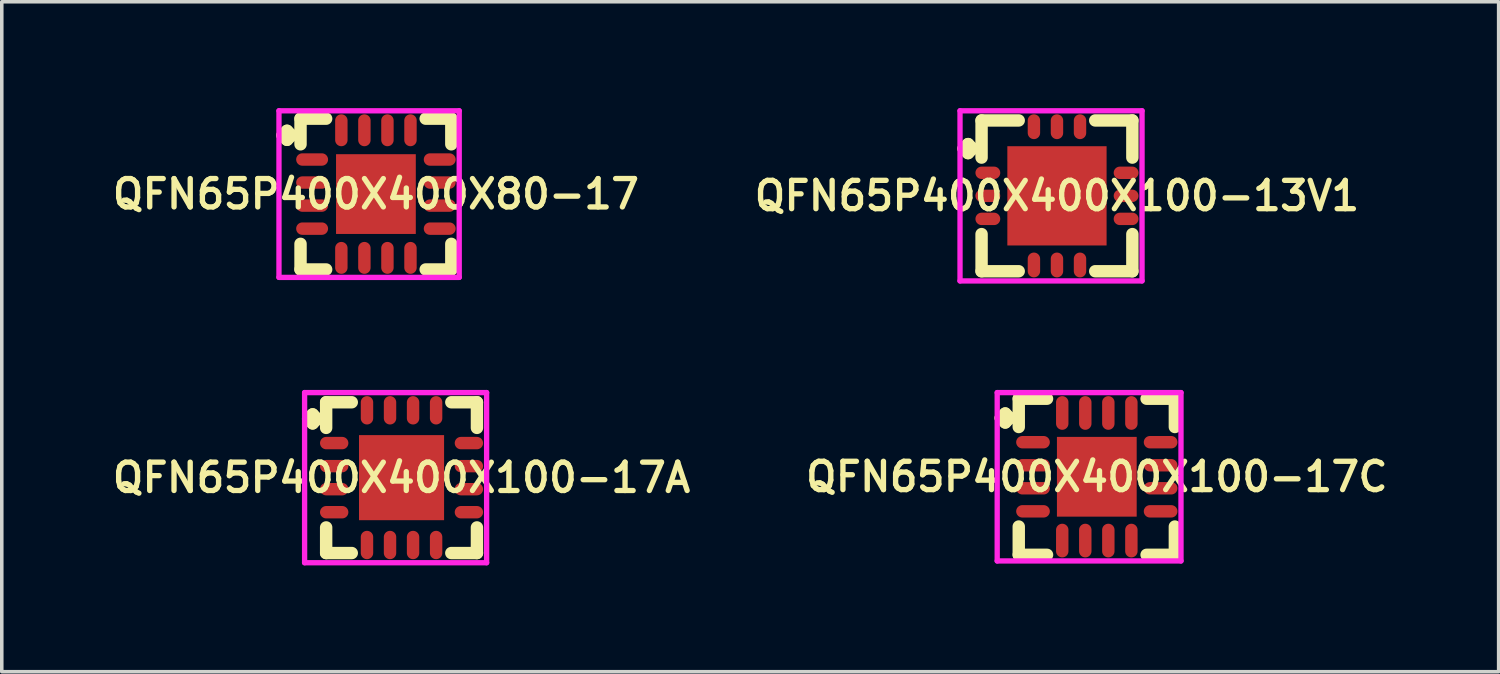
<source format=kicad_pcb>
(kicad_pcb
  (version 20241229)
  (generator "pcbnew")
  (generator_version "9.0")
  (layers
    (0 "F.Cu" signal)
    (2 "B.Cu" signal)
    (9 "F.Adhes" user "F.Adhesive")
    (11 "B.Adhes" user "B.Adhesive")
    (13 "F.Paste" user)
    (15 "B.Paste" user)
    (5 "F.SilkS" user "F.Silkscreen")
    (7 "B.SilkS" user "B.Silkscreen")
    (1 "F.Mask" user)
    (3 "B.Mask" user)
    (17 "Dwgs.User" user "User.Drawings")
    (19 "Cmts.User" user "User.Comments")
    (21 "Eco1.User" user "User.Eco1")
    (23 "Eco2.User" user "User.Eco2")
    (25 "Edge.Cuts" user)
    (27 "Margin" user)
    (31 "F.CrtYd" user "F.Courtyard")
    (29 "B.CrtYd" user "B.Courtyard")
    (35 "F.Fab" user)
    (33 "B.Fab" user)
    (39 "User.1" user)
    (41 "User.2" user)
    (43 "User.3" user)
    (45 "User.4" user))
  (footprint "QFN65P400X400X100-13V1"
    (layer "F.Cu")
    (at 26.768 2.475)
    (property "Reference" "QFN65P400X400X100-13V1" (at 0 0 0) (layer "F.SilkS") (effects (font (size 0.8 0.8) (thickness 0.15))))
    (attr smd)
    (fp_line (start -2.635 -1.333) (end -2.508 -1.46) (stroke (width 0.35) (type solid)) (layer "F.SilkS"))
    (fp_line (start -2.508 -1.46) (end -2.381 -1.333) (stroke (width 0.35) (type solid)) (layer "F.SilkS"))
    (fp_line (start -2.508 -1.206) (end -2.635 -1.333) (stroke (width 0.35) (type solid)) (layer "F.SilkS"))
    (fp_line (start -2.381 -1.333) (end -2.508 -1.206) (stroke (width 0.35) (type solid)) (layer "F.SilkS"))
    (fp_line (start -2.127 -2.127) (end -1.079 -2.127) (stroke (width 0.35) (type solid)) (layer "F.SilkS"))
    (fp_line (start -2.127 -1.079) (end -2.127 -2.127) (stroke (width 0.35) (type solid)) (layer "F.SilkS"))
    (fp_line (start -2.127 1.079) (end -2.127 2.127) (stroke (width 0.35) (type solid)) (layer "F.SilkS"))
    (fp_line (start -2.127 2.127) (end -1.079 2.127) (stroke (width 0.35) (type solid)) (layer "F.SilkS"))
    (fp_line (start 1.079 -2.127) (end 2.127 -2.127) (stroke (width 0.35) (type solid)) (layer "F.SilkS"))
    (fp_line (start 1.079 2.127) (end 2.127 2.127) (stroke (width 0.35) (type solid)) (layer "F.SilkS"))
    (fp_line (start 2.127 -2.127) (end 2.127 -1.079) (stroke (width 0.35) (type solid)) (layer "F.SilkS"))
    (fp_line (start 2.127 2.127) (end 2.127 1.079) (stroke (width 0.35) (type solid)) (layer "F.SilkS"))
    (fp_line (start -2.735 -2.4) (end 2.4 -2.4) (stroke (width 0.15) (type solid)) (layer "F.CrtYd"))
    (fp_line (start -2.735 2.4) (end -2.735 -2.4) (stroke (width 0.15) (type solid)) (layer "F.CrtYd"))
    (fp_line (start 2.4 -2.4) (end 2.4 2.4) (stroke (width 0.15) (type solid)) (layer "F.CrtYd"))
    (fp_line (start 2.4 2.4) (end -2.735 2.4) (stroke (width 0.15) (type solid)) (layer "F.CrtYd"))
    (pad "1" smd oval (at -1.95 -0.65) (size 0.7 0.35) (layers "F.Cu" "F.Mask" "F.Paste"))
    (pad "2" smd oval (at -1.95 0) (size 0.7 0.35) (layers "F.Cu" "F.Mask" "F.Paste"))
    (pad "3" smd oval (at -1.95 0.65) (size 0.7 0.35) (layers "F.Cu" "F.Mask" "F.Paste"))
    (pad "4" smd oval (at -0.65 1.95) (size 0.35 0.7) (layers "F.Cu" "F.Mask" "F.Paste"))
    (pad "5" smd oval (at 0 1.95) (size 0.35 0.7) (layers "F.Cu" "F.Mask" "F.Paste"))
    (pad "6" smd oval (at 0.65 1.95) (size 0.35 0.7) (layers "F.Cu" "F.Mask" "F.Paste"))
    (pad "7" smd oval (at 1.95 0.65) (size 0.7 0.35) (layers "F.Cu" "F.Mask" "F.Paste"))
    (pad "8" smd oval (at 1.95 0) (size 0.7 0.35) (layers "F.Cu" "F.Mask" "F.Paste"))
    (pad "9" smd oval (at 1.95 -0.65) (size 0.7 0.35) (layers "F.Cu" "F.Mask" "F.Paste"))
    (pad "10" smd oval (at 0.65 -1.95) (size 0.35 0.7) (layers "F.Cu" "F.Mask" "F.Paste"))
    (pad "11" smd oval (at 0 -1.95) (size 0.35 0.7) (layers "F.Cu" "F.Mask" "F.Paste"))
    (pad "12" smd oval (at -0.65 -1.95) (size 0.35 0.7) (layers "F.Cu" "F.Mask" "F.Paste"))
    (pad "13" smd rect (at 0 0) (size 2.8 2.8) (layers "F.Cu" "F.Mask" "F.Paste")))
  (footprint "QFN65P400X400X80-17"
    (layer "F.Cu")
    (at 7.555 2.425)
    (property "Reference" "QFN65P400X400X80-17" (at 0 0 0) (layer "F.SilkS") (effects (font (size 0.8 0.8) (thickness 0.15))))
    (attr smd)
    (fp_line (start -2.635 -1.658) (end -2.508 -1.785) (stroke (width 0.35) (type solid)) (layer "F.SilkS"))
    (fp_line (start -2.508 -1.785) (end -2.381 -1.658) (stroke (width 0.35) (type solid)) (layer "F.SilkS"))
    (fp_line (start -2.508 -1.531) (end -2.635 -1.658) (stroke (width 0.35) (type solid)) (layer "F.SilkS"))
    (fp_line (start -2.381 -1.658) (end -2.508 -1.531) (stroke (width 0.35) (type solid)) (layer "F.SilkS"))
    (fp_line (start -2.127 -2.127) (end -1.404 -2.127) (stroke (width 0.35) (type solid)) (layer "F.SilkS"))
    (fp_line (start -2.127 -1.404) (end -2.127 -2.127) (stroke (width 0.35) (type solid)) (layer "F.SilkS"))
    (fp_line (start -2.127 1.404) (end -2.127 2.127) (stroke (width 0.35) (type solid)) (layer "F.SilkS"))
    (fp_line (start -2.127 2.127) (end -1.404 2.127) (stroke (width 0.35) (type solid)) (layer "F.SilkS"))
    (fp_line (start 1.404 -2.127) (end 2.127 -2.127) (stroke (width 0.35) (type solid)) (layer "F.SilkS"))
    (fp_line (start 1.404 2.127) (end 2.127 2.127) (stroke (width 0.35) (type solid)) (layer "F.SilkS"))
    (fp_line (start 2.127 -2.127) (end 2.127 -1.404) (stroke (width 0.35) (type solid)) (layer "F.SilkS"))
    (fp_line (start 2.127 2.127) (end 2.127 1.404) (stroke (width 0.35) (type solid)) (layer "F.SilkS"))
    (fp_line (start -2.735 -2.35) (end 2.35 -2.35) (stroke (width 0.15) (type solid)) (layer "F.CrtYd"))
    (fp_line (start -2.735 2.35) (end -2.735 -2.35) (stroke (width 0.15) (type solid)) (layer "F.CrtYd"))
    (fp_line (start 2.35 -2.35) (end 2.35 2.35) (stroke (width 0.15) (type solid)) (layer "F.CrtYd"))
    (fp_line (start 2.35 2.35) (end -2.735 2.35) (stroke (width 0.15) (type solid)) (layer "F.CrtYd"))
    (pad "1" smd oval (at -1.8 -0.975) (size 0.9 0.35) (layers "F.Cu" "F.Mask" "F.Paste"))
    (pad "2" smd oval (at -1.8 -0.325) (size 0.9 0.35) (layers "F.Cu" "F.Mask" "F.Paste"))
    (pad "3" smd oval (at -1.8 0.325) (size 0.9 0.35) (layers "F.Cu" "F.Mask" "F.Paste"))
    (pad "4" smd oval (at -1.8 0.975) (size 0.9 0.35) (layers "F.Cu" "F.Mask" "F.Paste"))
    (pad "5" smd oval (at -0.975 1.8) (size 0.35 0.9) (layers "F.Cu" "F.Mask" "F.Paste"))
    (pad "6" smd oval (at -0.325 1.8) (size 0.35 0.9) (layers "F.Cu" "F.Mask" "F.Paste"))
    (pad "7" smd oval (at 0.325 1.8) (size 0.35 0.9) (layers "F.Cu" "F.Mask" "F.Paste"))
    (pad "8" smd oval (at 0.975 1.8) (size 0.35 0.9) (layers "F.Cu" "F.Mask" "F.Paste"))
    (pad "9" smd oval (at 1.8 0.975) (size 0.9 0.35) (layers "F.Cu" "F.Mask" "F.Paste"))
    (pad "10" smd oval (at 1.8 0.325) (size 0.9 0.35) (layers "F.Cu" "F.Mask" "F.Paste"))
    (pad "11" smd oval (at 1.8 -0.325) (size 0.9 0.35) (layers "F.Cu" "F.Mask" "F.Paste"))
    (pad "12" smd oval (at 1.8 -0.975) (size 0.9 0.35) (layers "F.Cu" "F.Mask" "F.Paste"))
    (pad "13" smd oval (at 0.975 -1.8) (size 0.35 0.9) (layers "F.Cu" "F.Mask" "F.Paste"))
    (pad "14" smd oval (at 0.325 -1.8) (size 0.35 0.9) (layers "F.Cu" "F.Mask" "F.Paste"))
    (pad "15" smd oval (at -0.325 -1.8) (size 0.35 0.9) (layers "F.Cu" "F.Mask" "F.Paste"))
    (pad "16" smd oval (at -0.975 -1.8) (size 0.35 0.9) (layers "F.Cu" "F.Mask" "F.Paste"))
    (pad "17" smd rect (at 0 0) (size 2.25 2.25) (layers "F.Cu" "F.Mask" "F.Paste")))
  (footprint "QFN65P400X400X100-17C"
    (layer "F.Cu")
    (at 27.892 10.4)
    (property "Reference" "QFN65P400X400X100-17C" (at 0 0 0) (layer "F.SilkS") (effects (font (size 0.8 0.8) (thickness 0.15))))
    (attr smd)
    (fp_line (start -2.71 -1.658) (end -2.583 -1.785) (stroke (width 0.35) (type solid)) (layer "F.SilkS"))
    (fp_line (start -2.583 -1.785) (end -2.456 -1.658) (stroke (width 0.35) (type solid)) (layer "F.SilkS"))
    (fp_line (start -2.583 -1.531) (end -2.71 -1.658) (stroke (width 0.35) (type solid)) (layer "F.SilkS"))
    (fp_line (start -2.456 -1.658) (end -2.583 -1.531) (stroke (width 0.35) (type solid)) (layer "F.SilkS"))
    (fp_line (start -2.202 -2.202) (end -1.404 -2.202) (stroke (width 0.35) (type solid)) (layer "F.SilkS"))
    (fp_line (start -2.202 -1.404) (end -2.202 -2.202) (stroke (width 0.35) (type solid)) (layer "F.SilkS"))
    (fp_line (start -2.202 1.404) (end -2.202 2.202) (stroke (width 0.35) (type solid)) (layer "F.SilkS"))
    (fp_line (start -2.202 2.202) (end -1.404 2.202) (stroke (width 0.35) (type solid)) (layer "F.SilkS"))
    (fp_line (start 1.404 -2.202) (end 2.202 -2.202) (stroke (width 0.35) (type solid)) (layer "F.SilkS"))
    (fp_line (start 1.404 2.202) (end 2.202 2.202) (stroke (width 0.35) (type solid)) (layer "F.SilkS"))
    (fp_line (start 2.202 -2.202) (end 2.202 -1.404) (stroke (width 0.35) (type solid)) (layer "F.SilkS"))
    (fp_line (start 2.202 2.202) (end 2.202 1.404) (stroke (width 0.35) (type solid)) (layer "F.SilkS"))
    (fp_line (start -2.81 -2.375) (end 2.375 -2.375) (stroke (width 0.15) (type solid)) (layer "F.CrtYd"))
    (fp_line (start -2.81 2.375) (end -2.81 -2.375) (stroke (width 0.15) (type solid)) (layer "F.CrtYd"))
    (fp_line (start 2.375 -2.375) (end 2.375 2.375) (stroke (width 0.15) (type solid)) (layer "F.CrtYd"))
    (fp_line (start 2.375 2.375) (end -2.81 2.375) (stroke (width 0.15) (type solid)) (layer "F.CrtYd"))
    (pad "1" smd oval (at -1.8 -0.975) (size 0.95 0.35) (layers "F.Cu" "F.Mask" "F.Paste"))
    (pad "2" smd oval (at -1.8 -0.325) (size 0.95 0.35) (layers "F.Cu" "F.Mask" "F.Paste"))
    (pad "3" smd oval (at -1.8 0.325) (size 0.95 0.35) (layers "F.Cu" "F.Mask" "F.Paste"))
    (pad "4" smd oval (at -1.8 0.975) (size 0.95 0.35) (layers "F.Cu" "F.Mask" "F.Paste"))
    (pad "5" smd oval (at -0.975 1.8) (size 0.35 0.95) (layers "F.Cu" "F.Mask" "F.Paste"))
    (pad "6" smd oval (at -0.325 1.8) (size 0.35 0.95) (layers "F.Cu" "F.Mask" "F.Paste"))
    (pad "7" smd oval (at 0.325 1.8) (size 0.35 0.95) (layers "F.Cu" "F.Mask" "F.Paste"))
    (pad "8" smd oval (at 0.975 1.8) (size 0.35 0.95) (layers "F.Cu" "F.Mask" "F.Paste"))
    (pad "9" smd oval (at 1.8 0.975) (size 0.95 0.35) (layers "F.Cu" "F.Mask" "F.Paste"))
    (pad "10" smd oval (at 1.8 0.325) (size 0.95 0.35) (layers "F.Cu" "F.Mask" "F.Paste"))
    (pad "11" smd oval (at 1.8 -0.325) (size 0.95 0.35) (layers "F.Cu" "F.Mask" "F.Paste"))
    (pad "12" smd oval (at 1.8 -0.975) (size 0.95 0.35) (layers "F.Cu" "F.Mask" "F.Paste"))
    (pad "13" smd oval (at 0.975 -1.8) (size 0.35 0.95) (layers "F.Cu" "F.Mask" "F.Paste"))
    (pad "14" smd oval (at 0.325 -1.8) (size 0.35 0.95) (layers "F.Cu" "F.Mask" "F.Paste"))
    (pad "15" smd oval (at -0.325 -1.8) (size 0.35 0.95) (layers "F.Cu" "F.Mask" "F.Paste"))
    (pad "16" smd oval (at -0.975 -1.8) (size 0.35 0.95) (layers "F.Cu" "F.Mask" "F.Paste"))
    (pad "17" smd rect (at 0 0) (size 2.25 2.25) (layers "F.Cu" "F.Mask" "F.Paste")))
  (footprint "QFN65P400X400X100-17A"
    (layer "F.Cu")
    (at 8.278 10.425)
    (property "Reference" "QFN65P400X400X100-17A" (at 0 0 0) (layer "F.SilkS") (effects (font (size 0.8 0.8) (thickness 0.15))))
    (attr smd)
    (fp_line (start -2.635 -1.658) (end -2.508 -1.785) (stroke (width 0.35) (type solid)) (layer "F.SilkS"))
    (fp_line (start -2.508 -1.785) (end -2.381 -1.658) (stroke (width 0.35) (type solid)) (layer "F.SilkS"))
    (fp_line (start -2.508 -1.531) (end -2.635 -1.658) (stroke (width 0.35) (type solid)) (layer "F.SilkS"))
    (fp_line (start -2.381 -1.658) (end -2.508 -1.531) (stroke (width 0.35) (type solid)) (layer "F.SilkS"))
    (fp_line (start -2.127 -2.127) (end -1.404 -2.127) (stroke (width 0.35) (type solid)) (layer "F.SilkS"))
    (fp_line (start -2.127 -1.404) (end -2.127 -2.127) (stroke (width 0.35) (type solid)) (layer "F.SilkS"))
    (fp_line (start -2.127 1.404) (end -2.127 2.127) (stroke (width 0.35) (type solid)) (layer "F.SilkS"))
    (fp_line (start -2.127 2.127) (end -1.404 2.127) (stroke (width 0.35) (type solid)) (layer "F.SilkS"))
    (fp_line (start 1.404 -2.127) (end 2.127 -2.127) (stroke (width 0.35) (type solid)) (layer "F.SilkS"))
    (fp_line (start 1.404 2.127) (end 2.127 2.127) (stroke (width 0.35) (type solid)) (layer "F.SilkS"))
    (fp_line (start 2.127 -2.127) (end 2.127 -1.404) (stroke (width 0.35) (type solid)) (layer "F.SilkS"))
    (fp_line (start 2.127 2.127) (end 2.127 1.404) (stroke (width 0.35) (type solid)) (layer "F.SilkS"))
    (fp_line (start -2.735 -2.4) (end 2.4 -2.4) (stroke (width 0.15) (type solid)) (layer "F.CrtYd"))
    (fp_line (start -2.735 2.4) (end -2.735 -2.4) (stroke (width 0.15) (type solid)) (layer "F.CrtYd"))
    (fp_line (start 2.4 -2.4) (end 2.4 2.4) (stroke (width 0.15) (type solid)) (layer "F.CrtYd"))
    (fp_line (start 2.4 2.4) (end -2.735 2.4) (stroke (width 0.15) (type solid)) (layer "F.CrtYd"))
    (pad "1" smd oval (at -1.9 -0.975) (size 0.8 0.35) (layers "F.Cu" "F.Mask" "F.Paste"))
    (pad "2" smd oval (at -1.9 -0.325) (size 0.8 0.35) (layers "F.Cu" "F.Mask" "F.Paste"))
    (pad "3" smd oval (at -1.9 0.325) (size 0.8 0.35) (layers "F.Cu" "F.Mask" "F.Paste"))
    (pad "4" smd oval (at -1.9 0.975) (size 0.8 0.35) (layers "F.Cu" "F.Mask" "F.Paste"))
    (pad "5" smd oval (at -0.975 1.9) (size 0.35 0.8) (layers "F.Cu" "F.Mask" "F.Paste"))
    (pad "6" smd oval (at -0.325 1.9) (size 0.35 0.8) (layers "F.Cu" "F.Mask" "F.Paste"))
    (pad "7" smd oval (at 0.325 1.9) (size 0.35 0.8) (layers "F.Cu" "F.Mask" "F.Paste"))
    (pad "8" smd oval (at 0.975 1.9) (size 0.35 0.8) (layers "F.Cu" "F.Mask" "F.Paste"))
    (pad "9" smd oval (at 1.9 0.975) (size 0.8 0.35) (layers "F.Cu" "F.Mask" "F.Paste"))
    (pad "10" smd oval (at 1.9 0.325) (size 0.8 0.35) (layers "F.Cu" "F.Mask" "F.Paste"))
    (pad "11" smd oval (at 1.9 -0.325) (size 0.8 0.35) (layers "F.Cu" "F.Mask" "F.Paste"))
    (pad "12" smd oval (at 1.9 -0.975) (size 0.8 0.35) (layers "F.Cu" "F.Mask" "F.Paste"))
    (pad "13" smd oval (at 0.975 -1.9) (size 0.35 0.8) (layers "F.Cu" "F.Mask" "F.Paste"))
    (pad "14" smd oval (at 0.325 -1.9) (size 0.35 0.8) (layers "F.Cu" "F.Mask" "F.Paste"))
    (pad "15" smd oval (at -0.325 -1.9) (size 0.35 0.8) (layers "F.Cu" "F.Mask" "F.Paste"))
    (pad "16" smd oval (at -0.975 -1.9) (size 0.35 0.8) (layers "F.Cu" "F.Mask" "F.Paste"))
    (pad "17" smd rect (at 0 0) (size 2.4 2.4) (layers "F.Cu" "F.Mask" "F.Paste")))
  (gr_rect
    (start -3 -3)
    (end 39.228 15.9)
    (stroke (width 0.1) (type default))
    (fill no)
    (layer "Edge.Cuts")))
</source>
